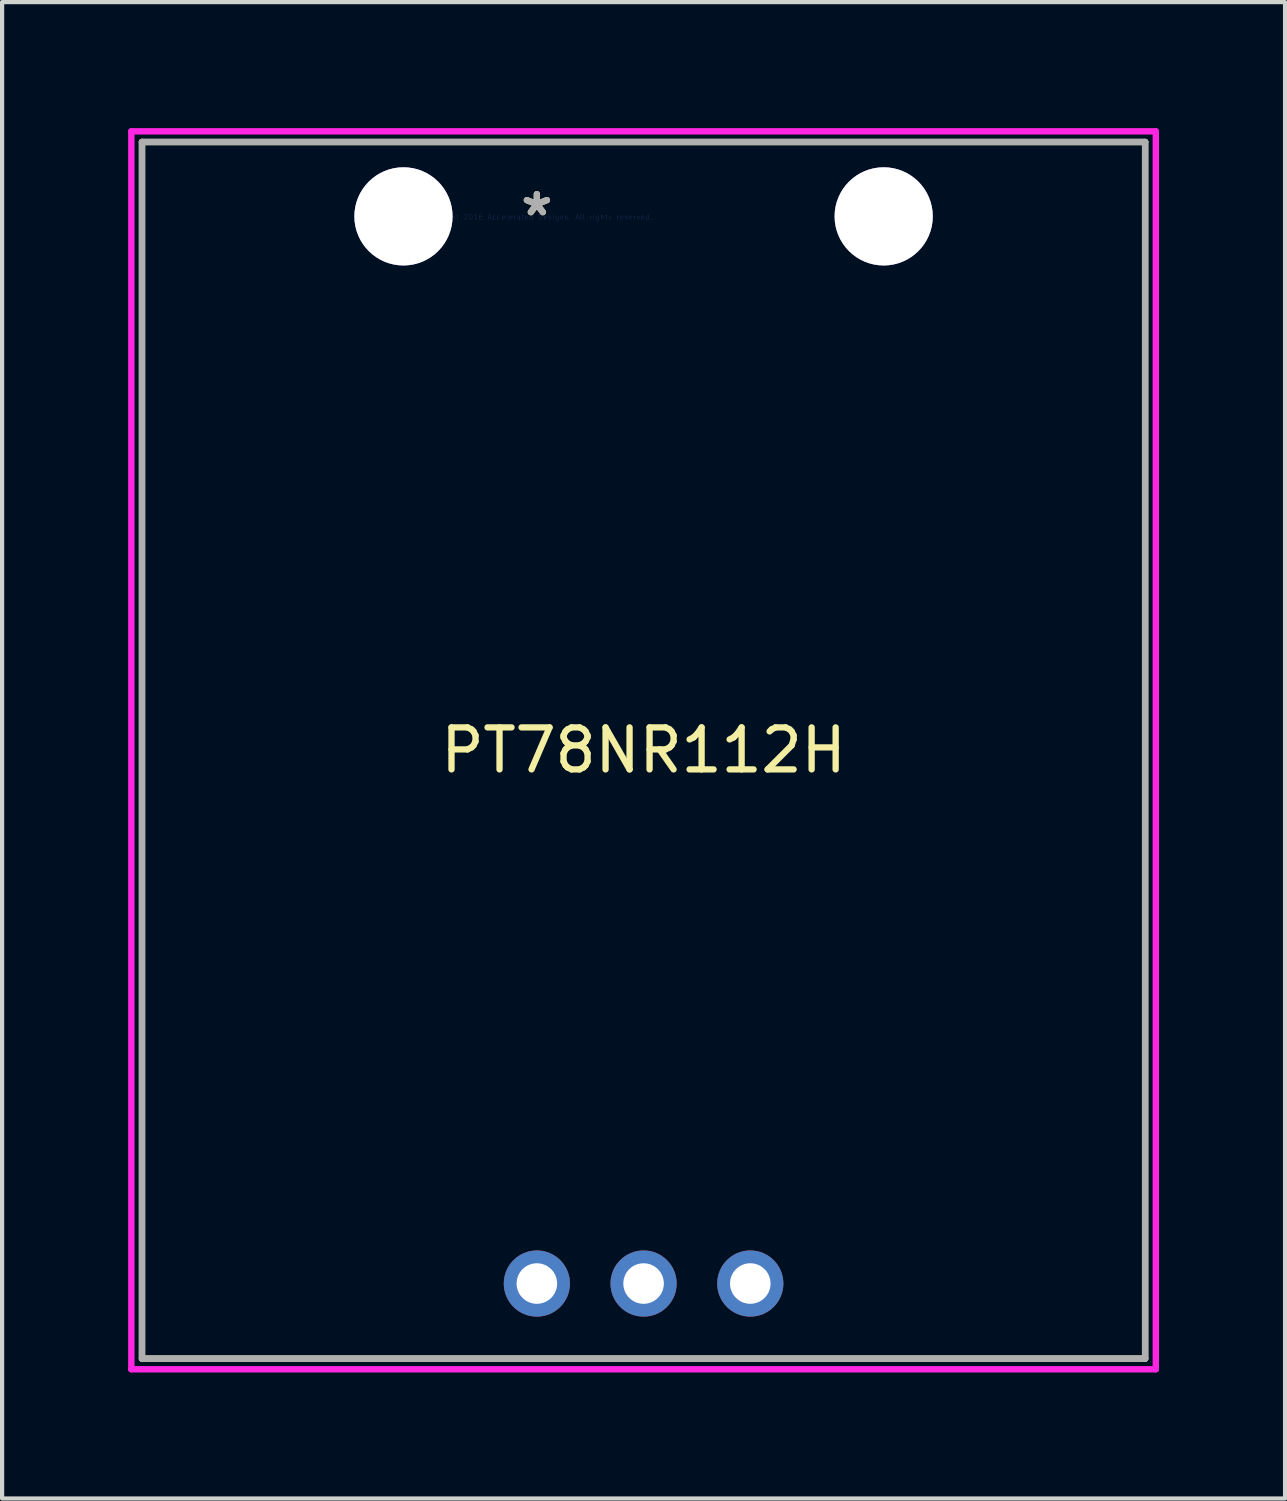
<source format=kicad_pcb>
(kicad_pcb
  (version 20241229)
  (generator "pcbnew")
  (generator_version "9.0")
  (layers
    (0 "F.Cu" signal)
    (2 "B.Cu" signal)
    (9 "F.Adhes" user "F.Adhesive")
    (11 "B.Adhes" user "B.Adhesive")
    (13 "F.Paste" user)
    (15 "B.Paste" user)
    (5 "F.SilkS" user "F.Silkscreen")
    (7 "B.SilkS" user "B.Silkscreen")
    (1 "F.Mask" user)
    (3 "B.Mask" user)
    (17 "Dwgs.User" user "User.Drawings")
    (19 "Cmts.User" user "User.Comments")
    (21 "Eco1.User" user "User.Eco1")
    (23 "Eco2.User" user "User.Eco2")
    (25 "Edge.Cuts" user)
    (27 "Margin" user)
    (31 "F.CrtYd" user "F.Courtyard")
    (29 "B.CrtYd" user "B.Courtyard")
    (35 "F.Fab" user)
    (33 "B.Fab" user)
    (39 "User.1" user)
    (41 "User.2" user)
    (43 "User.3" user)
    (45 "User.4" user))
  (footprint "PT78NR112H"
    (layer "F.Cu")
    (at 9.728 2.116)
    (property "Reference" "PT78NR112H" (at 2.54 12.692 0) (layer "F.SilkS") (effects (font (size 1 1) (thickness 0.15))))
    (attr through_hole)
    (fp_line (start -9.398 -1.786) (end -9.398 27.17) (stroke (width 0.152) (type solid)) (layer "F.SilkS"))
    (fp_line (start 14.478 -1.786) (end -9.398 -1.786) (stroke (width 0.152) (type solid)) (layer "F.SilkS"))
    (fp_line (start 14.478 -1.786) (end 14.478 27.17) (stroke (width 0.152) (type solid)) (layer "F.SilkS"))
    (fp_line (start 14.478 27.17) (end -9.398 27.17) (stroke (width 0.152) (type solid)) (layer "F.SilkS"))
    (fp_line (start -9.652 -2.04) (end 14.732 -2.04) (stroke (width 0.152) (type solid)) (layer "F.CrtYd"))
    (fp_line (start -9.652 27.424) (end -9.652 -2.04) (stroke (width 0.152) (type solid)) (layer "F.CrtYd"))
    (fp_line (start 14.732 -2.04) (end 14.732 27.424) (stroke (width 0.152) (type solid)) (layer "F.CrtYd"))
    (fp_line (start 14.732 27.424) (end -9.652 27.424) (stroke (width 0.152) (type solid)) (layer "F.CrtYd"))
    (fp_line (start -9.398 -1.786) (end -9.398 27.17) (stroke (width 0.152) (type solid)) (layer "F.Fab"))
    (fp_line (start 14.478 -1.786) (end -9.398 -1.786) (stroke (width 0.152) (type solid)) (layer "F.Fab"))
    (fp_line (start 14.478 -1.786) (end 14.478 27.17) (stroke (width 0.152) (type solid)) (layer "F.Fab"))
    (fp_line (start 14.478 27.17) (end -9.398 27.17) (stroke (width 0.152) (type solid)) (layer "F.Fab"))
    (fp_text user "*" (at 0 0 0) (layer "F.SilkS") (effects (font (size 1 1) (thickness 0.15))))
    (fp_text user "Copyright 2016 Accelerated Designs. All rights reserved." (at 0 0 0) (layer "Cmts.User") (effects (font (size 0.127 0.127) (thickness 0.002))))
    (fp_text user "*" (at 0 0 0) (layer "F.Fab") (effects (font (size 1 1) (thickness 0.15))))
    (pad "1" thru_hole circle (at 5.08 25.384) (size 1.575 1.575) (drill 0.965) (layers "*.Cu" "*.Mask"))
    (pad "2" thru_hole circle (at 2.54 25.384) (size 1.575 1.575) (drill 0.965) (layers "*.Cu" "*.Mask"))
    (pad "3" thru_hole circle (at 0 25.384) (size 1.575 1.575) (drill 0.965) (layers "*.Cu" "*.Mask"))
    (pad "4" thru_hole circle (at 8.255 -0.016) (size 2.337 2.337) (drill 2.337) (layers "*.Cu" "*.Mask"))
    (pad "5" thru_hole circle (at -3.175 -0.016) (size 2.337 2.337) (drill 2.337) (layers "*.Cu" "*.Mask")))
  (gr_rect
    (start -3 -3)
    (end 27.536 32.616)
    (stroke (width 0.1) (type default))
    (fill no)
    (layer "Edge.Cuts")))
</source>
